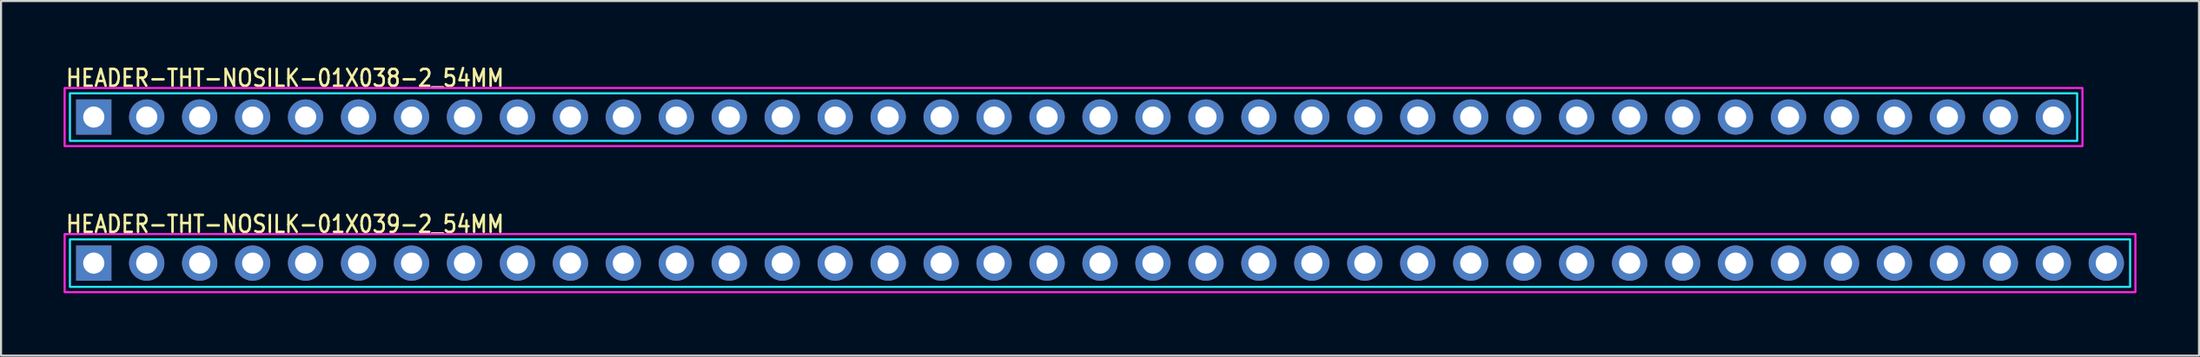
<source format=kicad_pcb>
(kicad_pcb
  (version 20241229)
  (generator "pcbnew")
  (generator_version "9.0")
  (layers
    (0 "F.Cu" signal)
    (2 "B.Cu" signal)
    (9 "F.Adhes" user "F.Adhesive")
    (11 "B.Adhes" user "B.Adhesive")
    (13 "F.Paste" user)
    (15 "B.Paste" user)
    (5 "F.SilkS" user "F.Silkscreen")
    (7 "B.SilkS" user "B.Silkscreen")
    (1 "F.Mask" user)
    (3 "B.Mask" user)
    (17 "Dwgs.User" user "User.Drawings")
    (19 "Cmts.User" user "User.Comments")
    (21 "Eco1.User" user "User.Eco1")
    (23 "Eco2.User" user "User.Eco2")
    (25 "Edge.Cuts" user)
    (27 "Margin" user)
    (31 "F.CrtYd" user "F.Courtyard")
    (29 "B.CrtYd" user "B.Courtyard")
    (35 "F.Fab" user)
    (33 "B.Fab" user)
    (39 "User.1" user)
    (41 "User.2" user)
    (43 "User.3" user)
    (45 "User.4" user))
  (footprint "HEADER-THT-NOSILK-01X038-2_54MM"
    (layer "F.Cu")
    (at 1.447 2.579)
    (property "Reference" "HEADER-THT-NOSILK-01X038-2_54MM" (at -1.4 -1.4 0) (unlocked yes) (layer "F.SilkS") (effects (font (size 0.813 0.695) (thickness 0.122)) (justify left bottom)))
    (fp_poly (pts (xy -1.143 -1.143) (xy 95.123 -1.143) (xy 95.123 1.143) (xy -1.143 1.143)) (stroke (width 0.1) (type solid)) (fill no) (layer "B.CrtYd"))
    (fp_poly (pts (xy -1.397 -1.397) (xy 95.377 -1.397) (xy 95.377 1.397) (xy -1.397 1.397)) (stroke (width 0.1) (type solid)) (fill no) (layer "F.CrtYd"))
    (pad "1" thru_hole rect (at 0 0) (size 1.693 1.693) (drill 1.016) (layers "*.Cu" "*.Mask"))
    (pad "2" thru_hole oval (at 2.54 0) (size 1.693 1.693) (drill 1.016) (layers "*.Cu" "*.Mask"))
    (pad "3" thru_hole oval (at 5.08 0) (size 1.693 1.693) (drill 1.016) (layers "*.Cu" "*.Mask"))
    (pad "4" thru_hole oval (at 7.62 0) (size 1.693 1.693) (drill 1.016) (layers "*.Cu" "*.Mask"))
    (pad "5" thru_hole oval (at 10.16 0) (size 1.693 1.693) (drill 1.016) (layers "*.Cu" "*.Mask"))
    (pad "6" thru_hole oval (at 12.7 0) (size 1.693 1.693) (drill 1.016) (layers "*.Cu" "*.Mask"))
    (pad "7" thru_hole oval (at 15.24 0) (size 1.693 1.693) (drill 1.016) (layers "*.Cu" "*.Mask"))
    (pad "8" thru_hole oval (at 17.78 0) (size 1.693 1.693) (drill 1.016) (layers "*.Cu" "*.Mask"))
    (pad "9" thru_hole oval (at 20.32 0) (size 1.693 1.693) (drill 1.016) (layers "*.Cu" "*.Mask"))
    (pad "10" thru_hole oval (at 22.86 0) (size 1.693 1.693) (drill 1.016) (layers "*.Cu" "*.Mask"))
    (pad "11" thru_hole oval (at 25.4 0) (size 1.693 1.693) (drill 1.016) (layers "*.Cu" "*.Mask"))
    (pad "12" thru_hole oval (at 27.94 0) (size 1.693 1.693) (drill 1.016) (layers "*.Cu" "*.Mask"))
    (pad "13" thru_hole oval (at 30.48 0) (size 1.693 1.693) (drill 1.016) (layers "*.Cu" "*.Mask"))
    (pad "14" thru_hole oval (at 33.02 0) (size 1.693 1.693) (drill 1.016) (layers "*.Cu" "*.Mask"))
    (pad "15" thru_hole oval (at 35.56 0) (size 1.693 1.693) (drill 1.016) (layers "*.Cu" "*.Mask"))
    (pad "16" thru_hole oval (at 38.1 0) (size 1.693 1.693) (drill 1.016) (layers "*.Cu" "*.Mask"))
    (pad "17" thru_hole oval (at 40.64 0) (size 1.693 1.693) (drill 1.016) (layers "*.Cu" "*.Mask"))
    (pad "18" thru_hole oval (at 43.18 0) (size 1.693 1.693) (drill 1.016) (layers "*.Cu" "*.Mask"))
    (pad "19" thru_hole oval (at 45.72 0) (size 1.693 1.693) (drill 1.016) (layers "*.Cu" "*.Mask"))
    (pad "20" thru_hole oval (at 48.26 0) (size 1.693 1.693) (drill 1.016) (layers "*.Cu" "*.Mask"))
    (pad "21" thru_hole oval (at 50.8 0) (size 1.693 1.693) (drill 1.016) (layers "*.Cu" "*.Mask"))
    (pad "22" thru_hole oval (at 53.34 0) (size 1.693 1.693) (drill 1.016) (layers "*.Cu" "*.Mask"))
    (pad "23" thru_hole oval (at 55.88 0) (size 1.693 1.693) (drill 1.016) (layers "*.Cu" "*.Mask"))
    (pad "24" thru_hole oval (at 58.42 0) (size 1.693 1.693) (drill 1.016) (layers "*.Cu" "*.Mask"))
    (pad "25" thru_hole oval (at 60.96 0) (size 1.693 1.693) (drill 1.016) (layers "*.Cu" "*.Mask"))
    (pad "26" thru_hole oval (at 63.5 0) (size 1.693 1.693) (drill 1.016) (layers "*.Cu" "*.Mask"))
    (pad "27" thru_hole oval (at 66.04 0) (size 1.693 1.693) (drill 1.016) (layers "*.Cu" "*.Mask"))
    (pad "28" thru_hole oval (at 68.58 0) (size 1.693 1.693) (drill 1.016) (layers "*.Cu" "*.Mask"))
    (pad "29" thru_hole oval (at 71.12 0) (size 1.693 1.693) (drill 1.016) (layers "*.Cu" "*.Mask"))
    (pad "30" thru_hole oval (at 73.66 0) (size 1.693 1.693) (drill 1.016) (layers "*.Cu" "*.Mask"))
    (pad "31" thru_hole oval (at 76.2 0) (size 1.693 1.693) (drill 1.016) (layers "*.Cu" "*.Mask"))
    (pad "32" thru_hole oval (at 78.74 0) (size 1.693 1.693) (drill 1.016) (layers "*.Cu" "*.Mask"))
    (pad "33" thru_hole oval (at 81.28 0) (size 1.693 1.693) (drill 1.016) (layers "*.Cu" "*.Mask"))
    (pad "34" thru_hole oval (at 83.82 0) (size 1.693 1.693) (drill 1.016) (layers "*.Cu" "*.Mask"))
    (pad "35" thru_hole oval (at 86.36 0) (size 1.693 1.693) (drill 1.016) (layers "*.Cu" "*.Mask"))
    (pad "36" thru_hole oval (at 88.9 0) (size 1.693 1.693) (drill 1.016) (layers "*.Cu" "*.Mask"))
    (pad "37" thru_hole oval (at 91.44 0) (size 1.693 1.693) (drill 1.016) (layers "*.Cu" "*.Mask"))
    (pad "38" thru_hole oval (at 93.98 0) (size 1.693 1.693) (drill 1.016) (layers "*.Cu" "*.Mask")))
  (footprint "HEADER-THT-NOSILK-01X039-2_54MM"
    (layer "F.Cu")
    (at 1.447 9.604)
    (property "Reference" "HEADER-THT-NOSILK-01X039-2_54MM" (at -1.4 -1.4 0) (unlocked yes) (layer "F.SilkS") (effects (font (size 0.813 0.695) (thickness 0.122)) (justify left bottom)))
    (fp_poly (pts (xy -1.143 -1.143) (xy 97.663 -1.143) (xy 97.663 1.143) (xy -1.143 1.143)) (stroke (width 0.1) (type solid)) (fill no) (layer "B.CrtYd"))
    (fp_poly (pts (xy -1.397 -1.397) (xy 97.917 -1.397) (xy 97.917 1.397) (xy -1.397 1.397)) (stroke (width 0.1) (type solid)) (fill no) (layer "F.CrtYd"))
    (pad "1" thru_hole rect (at 0 0) (size 1.693 1.693) (drill 1.016) (layers "*.Cu" "*.Mask"))
    (pad "2" thru_hole oval (at 2.54 0) (size 1.693 1.693) (drill 1.016) (layers "*.Cu" "*.Mask"))
    (pad "3" thru_hole oval (at 5.08 0) (size 1.693 1.693) (drill 1.016) (layers "*.Cu" "*.Mask"))
    (pad "4" thru_hole oval (at 7.62 0) (size 1.693 1.693) (drill 1.016) (layers "*.Cu" "*.Mask"))
    (pad "5" thru_hole oval (at 10.16 0) (size 1.693 1.693) (drill 1.016) (layers "*.Cu" "*.Mask"))
    (pad "6" thru_hole oval (at 12.7 0) (size 1.693 1.693) (drill 1.016) (layers "*.Cu" "*.Mask"))
    (pad "7" thru_hole oval (at 15.24 0) (size 1.693 1.693) (drill 1.016) (layers "*.Cu" "*.Mask"))
    (pad "8" thru_hole oval (at 17.78 0) (size 1.693 1.693) (drill 1.016) (layers "*.Cu" "*.Mask"))
    (pad "9" thru_hole oval (at 20.32 0) (size 1.693 1.693) (drill 1.016) (layers "*.Cu" "*.Mask"))
    (pad "10" thru_hole oval (at 22.86 0) (size 1.693 1.693) (drill 1.016) (layers "*.Cu" "*.Mask"))
    (pad "11" thru_hole oval (at 25.4 0) (size 1.693 1.693) (drill 1.016) (layers "*.Cu" "*.Mask"))
    (pad "12" thru_hole oval (at 27.94 0) (size 1.693 1.693) (drill 1.016) (layers "*.Cu" "*.Mask"))
    (pad "13" thru_hole oval (at 30.48 0) (size 1.693 1.693) (drill 1.016) (layers "*.Cu" "*.Mask"))
    (pad "14" thru_hole oval (at 33.02 0) (size 1.693 1.693) (drill 1.016) (layers "*.Cu" "*.Mask"))
    (pad "15" thru_hole oval (at 35.56 0) (size 1.693 1.693) (drill 1.016) (layers "*.Cu" "*.Mask"))
    (pad "16" thru_hole oval (at 38.1 0) (size 1.693 1.693) (drill 1.016) (layers "*.Cu" "*.Mask"))
    (pad "17" thru_hole oval (at 40.64 0) (size 1.693 1.693) (drill 1.016) (layers "*.Cu" "*.Mask"))
    (pad "18" thru_hole oval (at 43.18 0) (size 1.693 1.693) (drill 1.016) (layers "*.Cu" "*.Mask"))
    (pad "19" thru_hole oval (at 45.72 0) (size 1.693 1.693) (drill 1.016) (layers "*.Cu" "*.Mask"))
    (pad "20" thru_hole oval (at 48.26 0) (size 1.693 1.693) (drill 1.016) (layers "*.Cu" "*.Mask"))
    (pad "21" thru_hole oval (at 50.8 0) (size 1.693 1.693) (drill 1.016) (layers "*.Cu" "*.Mask"))
    (pad "22" thru_hole oval (at 53.34 0) (size 1.693 1.693) (drill 1.016) (layers "*.Cu" "*.Mask"))
    (pad "23" thru_hole oval (at 55.88 0) (size 1.693 1.693) (drill 1.016) (layers "*.Cu" "*.Mask"))
    (pad "24" thru_hole oval (at 58.42 0) (size 1.693 1.693) (drill 1.016) (layers "*.Cu" "*.Mask"))
    (pad "25" thru_hole oval (at 60.96 0) (size 1.693 1.693) (drill 1.016) (layers "*.Cu" "*.Mask"))
    (pad "26" thru_hole oval (at 63.5 0) (size 1.693 1.693) (drill 1.016) (layers "*.Cu" "*.Mask"))
    (pad "27" thru_hole oval (at 66.04 0) (size 1.693 1.693) (drill 1.016) (layers "*.Cu" "*.Mask"))
    (pad "28" thru_hole oval (at 68.58 0) (size 1.693 1.693) (drill 1.016) (layers "*.Cu" "*.Mask"))
    (pad "29" thru_hole oval (at 71.12 0) (size 1.693 1.693) (drill 1.016) (layers "*.Cu" "*.Mask"))
    (pad "30" thru_hole oval (at 73.66 0) (size 1.693 1.693) (drill 1.016) (layers "*.Cu" "*.Mask"))
    (pad "31" thru_hole oval (at 76.2 0) (size 1.693 1.693) (drill 1.016) (layers "*.Cu" "*.Mask"))
    (pad "32" thru_hole oval (at 78.74 0) (size 1.693 1.693) (drill 1.016) (layers "*.Cu" "*.Mask"))
    (pad "33" thru_hole oval (at 81.28 0) (size 1.693 1.693) (drill 1.016) (layers "*.Cu" "*.Mask"))
    (pad "34" thru_hole oval (at 83.82 0) (size 1.693 1.693) (drill 1.016) (layers "*.Cu" "*.Mask"))
    (pad "35" thru_hole oval (at 86.36 0) (size 1.693 1.693) (drill 1.016) (layers "*.Cu" "*.Mask"))
    (pad "36" thru_hole oval (at 88.9 0) (size 1.693 1.693) (drill 1.016) (layers "*.Cu" "*.Mask"))
    (pad "37" thru_hole oval (at 91.44 0) (size 1.693 1.693) (drill 1.016) (layers "*.Cu" "*.Mask"))
    (pad "38" thru_hole oval (at 93.98 0) (size 1.693 1.693) (drill 1.016) (layers "*.Cu" "*.Mask"))
    (pad "39" thru_hole oval (at 96.52 0) (size 1.693 1.693) (drill 1.016) (layers "*.Cu" "*.Mask")))
  (gr_rect
    (start -3 -3)
    (end 102.414 14.051)
    (stroke (width 0.1) (type default))
    (fill no)
    (layer "Edge.Cuts")))
</source>
